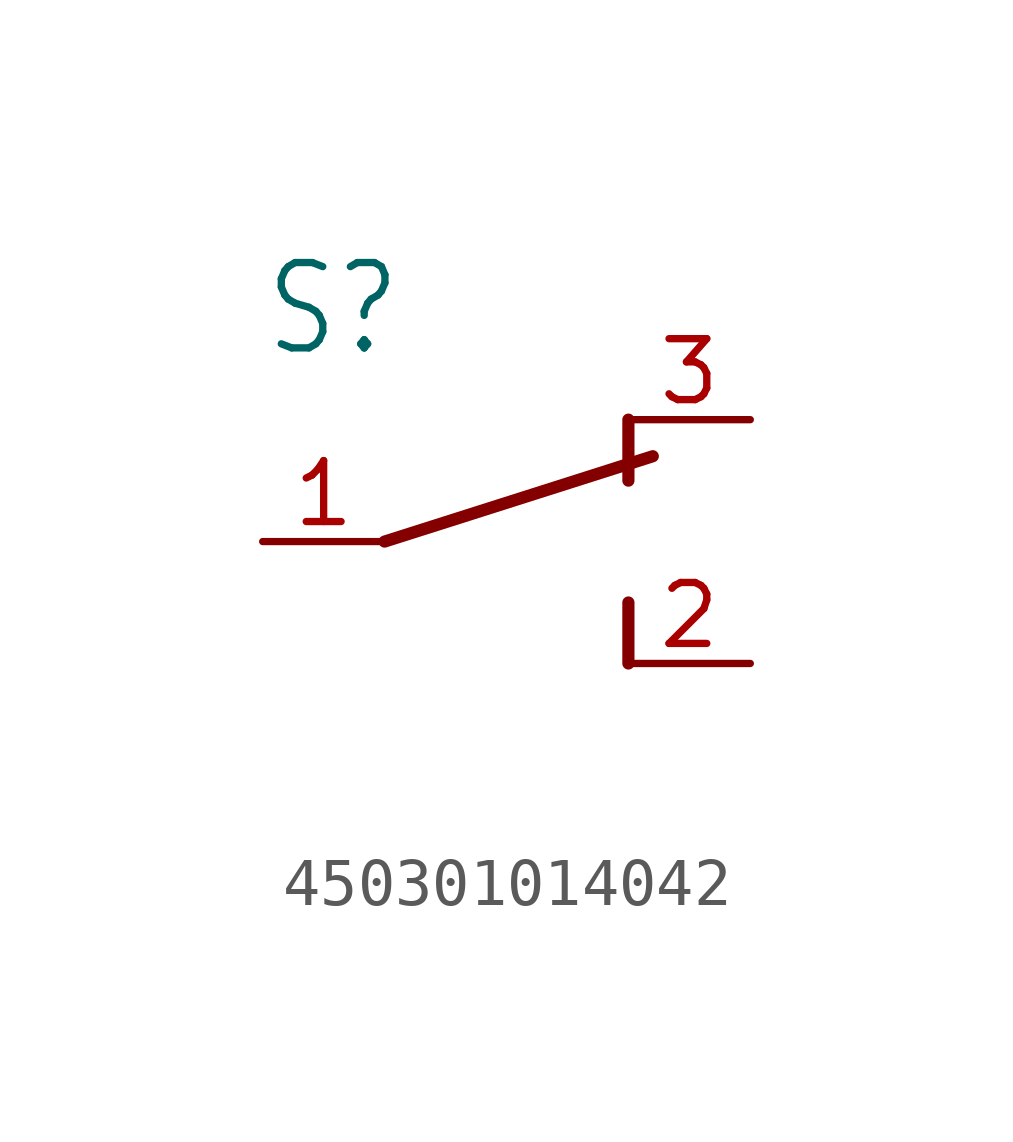
<source format=kicad_sym>
(kicad_symbol_lib
  (version 20231120)
  (generator "kicad_symbol_editor")
  (generator_version "8.0")
  (symbol "450301014042"
    (property "Reference" "S"
      (at -5.08 3.81 0)
      (effects (font (size 1.778 1.511)) (justify left bottom)))
    (property "Value" ""
      (at -5.08 -5.08 0)
      (effects (font (size 1.778 1.511)) (justify left bottom)))
    (property "ki_locked" ""
      (at 0 0 0)
      (effects (font (size 1.27 1.27))))
    (symbol "450301014042_1_0"
      (polyline (pts (xy -2.54 0) (xy 3.048 1.778)) (stroke (width 0.254) (type solid)) (fill (type none)))
      (polyline (pts (xy 2.54 -2.54) (xy 2.54 -1.27)) (stroke (width 0.254) (type solid)) (fill (type none)))
      (polyline (pts (xy 2.54 2.54) (xy 2.54 1.27)) (stroke (width 0.254) (type solid)) (fill (type none)))
      (pin passive line (at -5.08 0 0) (length 2.54) (name "1" (effects (font (size 0 0)))) (number "1" (effects (font (size 1.27 1.27)))))
      (pin passive line (at 5.08 -2.54 180) (length 2.54) (name "2" (effects (font (size 0 0)))) (number "2" (effects (font (size 1.27 1.27)))))
      (pin passive line (at 5.08 2.54 180) (length 2.54) (name "3" (effects (font (size 0 0)))) (number "3" (effects (font (size 1.27 1.27))))))))
</source>
